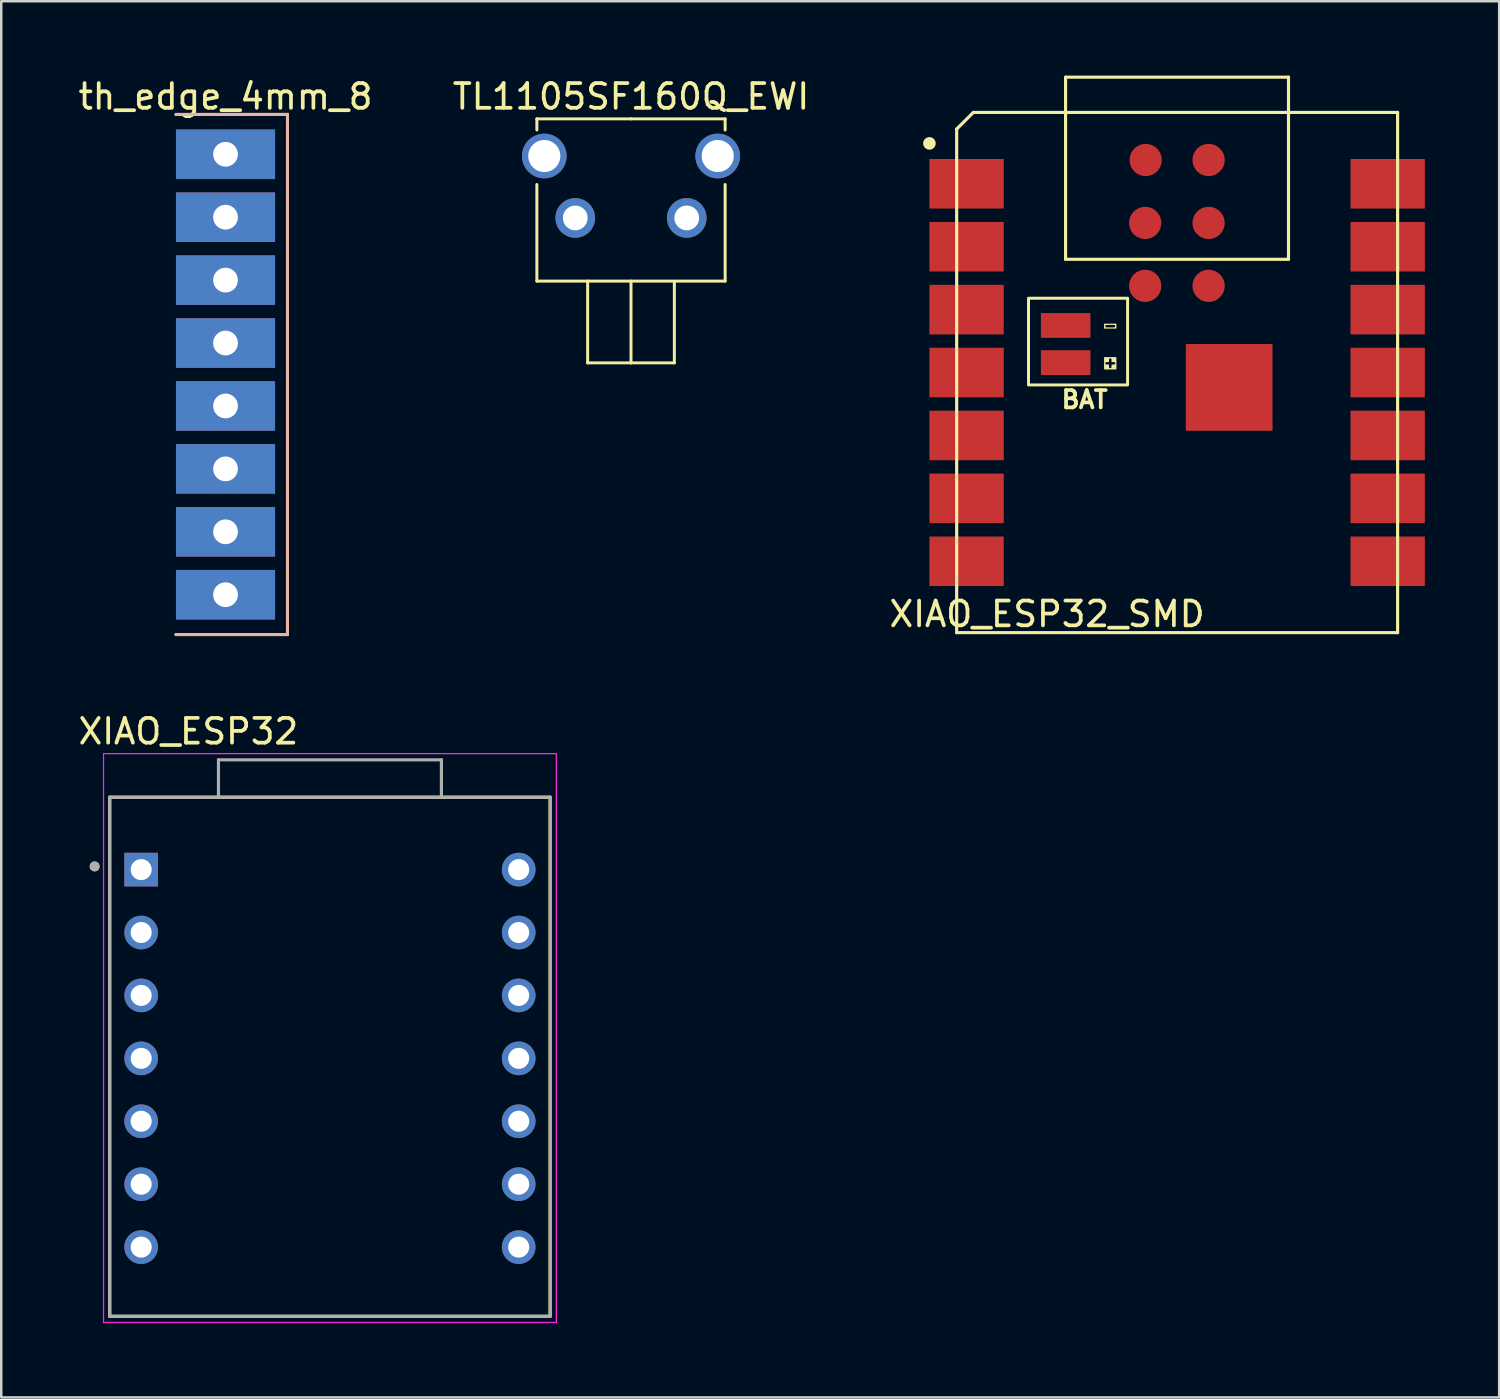
<source format=kicad_pcb>
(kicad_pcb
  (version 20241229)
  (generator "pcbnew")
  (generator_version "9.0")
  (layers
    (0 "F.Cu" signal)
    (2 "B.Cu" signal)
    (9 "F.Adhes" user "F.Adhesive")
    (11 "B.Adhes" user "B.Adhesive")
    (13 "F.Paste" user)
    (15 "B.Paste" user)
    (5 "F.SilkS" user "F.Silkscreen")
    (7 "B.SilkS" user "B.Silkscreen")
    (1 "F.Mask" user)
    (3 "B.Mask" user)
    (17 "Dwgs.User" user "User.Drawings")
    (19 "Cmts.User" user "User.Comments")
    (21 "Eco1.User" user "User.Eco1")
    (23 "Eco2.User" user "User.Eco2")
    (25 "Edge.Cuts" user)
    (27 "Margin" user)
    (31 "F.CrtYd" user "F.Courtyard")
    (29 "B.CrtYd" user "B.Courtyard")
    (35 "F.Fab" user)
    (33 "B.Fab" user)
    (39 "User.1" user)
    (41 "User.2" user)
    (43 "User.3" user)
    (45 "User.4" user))
  (footprint "XIAO_ESP32_SMD"
    (layer "F.Cu")
    (at 44.47 11.989)
    (property "Reference" "XIAO_ESP32_SMD" (at -5.25 9.75 0) (layer "F.SilkS") (effects (font (size 1 1) (thickness 0.15))))
    (attr through_hole)
    (fp_line (start -8.9 -9.829) (end -8.9 10.5) (stroke (width 0.127) (type solid)) (layer "F.SilkS"))
    (fp_line (start -8.9 10.5) (end 8.9 10.5) (stroke (width 0.127) (type solid)) (layer "F.SilkS"))
    (fp_line (start -8.228 -10.5) (end -8.9 -9.829) (stroke (width 0.127) (type solid)) (layer "F.SilkS"))
    (fp_line (start -4.504 -4.572) (end -4.504 -11.925) (stroke (width 0.127) (type solid)) (layer "F.SilkS"))
    (fp_line (start -4.5 -11.924) (end 4.495 -11.924) (stroke (width 0.127) (type solid)) (layer "F.SilkS"))
    (fp_line (start 4.495 -11.924) (end 4.495 -4.572) (stroke (width 0.127) (type solid)) (layer "F.SilkS"))
    (fp_line (start 4.495 -4.572) (end -4.504 -4.572) (stroke (width 0.127) (type solid)) (layer "F.SilkS"))
    (fp_line (start 8.9 -10.5) (end -8.228 -10.5) (stroke (width 0.127) (type solid)) (layer "F.SilkS"))
    (fp_line (start 8.9 10.5) (end 8.9 -10.5) (stroke (width 0.127) (type solid)) (layer "F.SilkS"))
    (fp_rect (start -6 -3) (end -2 0.5) (stroke (width 0.12) (type default)) (fill no) (layer "F.SilkS"))
    (fp_circle (center -10 -9.25) (end -9.746 -9.25) (stroke (width 0) (type solid)) (fill yes) (layer "F.SilkS"))
    (fp_text user "BAT" (at -4.75 1.5 0) (unlocked yes) (layer "F.SilkS") (effects (font (size 0.7 0.7) (thickness 0.15)) (justify left bottom)))
    (fp_text user "-" (at -2.7 -1.9 0) (unlocked yes) (layer "F.SilkS" knockout) (effects (font (size 0.4 0.4) (thickness 0.1) (bold yes))))
    (fp_text user "+" (at -2.7 -0.4 0) (unlocked yes) (layer "F.SilkS" knockout) (effects (font (size 0.4 0.4) (thickness 0.1) (bold yes))))
    (pad "1" smd rect (at -8.5 -7.62) (size 3 2) (layers "F.Cu" "F.Mask" "F.Paste"))
    (pad "2" smd rect (at -8.5 -5.08) (size 3 2) (layers "F.Cu" "F.Mask" "F.Paste"))
    (pad "3" smd rect (at -8.5 -2.54) (size 3 2) (layers "F.Cu" "F.Mask" "F.Paste"))
    (pad "4" smd rect (at -8.5 0) (size 3 2) (layers "F.Cu" "F.Mask" "F.Paste"))
    (pad "5" smd rect (at -8.5 2.54) (size 3 2) (layers "F.Cu" "F.Mask" "F.Paste"))
    (pad "6" smd rect (at -8.5 5.08) (size 3 2) (layers "F.Cu" "F.Mask" "F.Paste"))
    (pad "7" smd rect (at -8.5 7.62) (size 3 2) (layers "F.Cu" "F.Mask" "F.Paste"))
    (pad "8" smd rect (at 8.5 7.62) (size 3 2) (layers "F.Cu" "F.Mask" "F.Paste"))
    (pad "9" smd rect (at 8.5 5.08) (size 3 2) (layers "F.Cu" "F.Mask" "F.Paste"))
    (pad "10" smd rect (at 8.5 2.54) (size 3 2) (layers "F.Cu" "F.Mask" "F.Paste"))
    (pad "11" smd rect (at 8.5 0) (size 3 2) (layers "F.Cu" "F.Mask" "F.Paste"))
    (pad "12" smd rect (at 8.5 -2.54) (size 3 2) (layers "F.Cu" "F.Mask" "F.Paste"))
    (pad "13" smd rect (at 8.5 -5.08) (size 3 2) (layers "F.Cu" "F.Mask" "F.Paste"))
    (pad "14" smd rect (at 8.5 -7.62) (size 3 2) (layers "F.Cu" "F.Mask" "F.Paste"))
    (pad "15" smd rect (at -4.5 -1.9) (size 2 1) (layers "F.Cu" "F.Mask" "F.Paste"))
    (pad "16" smd rect (at -4.5 -0.4) (size 2 1) (layers "F.Cu" "F.Mask" "F.Paste"))
    (pad "17" smd rect (at 2.1 0.6) (size 3.5 3.5) (layers "F.Cu" "F.Mask" "F.Paste"))
    (pad "~" smd circle (at -1.29 -6.04) (size 1.3 1.3) (layers "F.Cu" "F.Mask" "F.Paste"))
    (pad "~" smd circle (at -1.29 -3.5) (size 1.3 1.3) (layers "F.Cu" "F.Mask" "F.Paste"))
    (pad "~" smd circle (at -1.27 -8.58) (size 1.3 1.3) (layers "F.Cu" "F.Mask" "F.Paste"))
    (pad "~" smd circle (at 1.27 -8.58) (size 1.3 1.3) (layers "F.Cu" "F.Mask" "F.Paste"))
    (pad "~" smd circle (at 1.27 -6.04) (size 1.3 1.3) (layers "F.Cu" "F.Mask" "F.Paste"))
    (pad "~" smd circle (at 1.27 -3.5) (size 1.3 1.3) (layers "F.Cu" "F.Mask" "F.Paste"))
    (zone (net_name "") (layer "F.Cu") (hatch full 0.508) (connect_pads) (min_thickness 0.01) (filled_areas_thickness no) (keepout (tracks not_allowed) (vias not_allowed) (pads not_allowed) (copperpour not_allowed) (footprints allowed)) (placement (enabled no)) (fill) (polygon (pts (xy 39.253 1.407) (xy 41.031 1.407) (xy 41.031 4.074) (xy 39.253 4.074))))
    (zone (net_name "") (layer "F.Cu") (hatch full 0.508) (connect_pads) (min_thickness 0.01) (filled_areas_thickness no) (keepout (tracks not_allowed) (vias not_allowed) (pads not_allowed) (copperpour not_allowed) (footprints allowed)) (placement (enabled no)) (fill) (polygon (pts (xy 39.253 5.471) (xy 41.031 5.471) (xy 41.031 8.137) (xy 39.253 8.137))))
    (zone (net_name "") (layer "F.Cu") (hatch full 0.508) (connect_pads) (min_thickness 0.01) (filled_areas_thickness no) (keepout (tracks not_allowed) (vias not_allowed) (pads not_allowed) (copperpour not_allowed) (footprints allowed)) (placement (enabled no)) (fill) (polygon (pts (xy 41.62 18.814) (xy 47.335 18.814) (xy 47.335 21.854) (xy 41.62 21.854))))
    (zone (net_name "") (layer "F.Cu") (hatch full 0.508) (connect_pads) (min_thickness 0.01) (filled_areas_thickness no) (keepout (tracks not_allowed) (vias not_allowed) (pads not_allowed) (copperpour not_allowed) (footprints allowed)) (placement (enabled no)) (fill) (polygon (pts (xy 47.889 1.407) (xy 49.667 1.407) (xy 49.667 4.074) (xy 47.889 4.074))))
    (zone (net_name "") (layer "F.Cu") (hatch full 0.508) (connect_pads) (min_thickness 0.01) (filled_areas_thickness no) (keepout (tracks not_allowed) (vias not_allowed) (pads not_allowed) (copperpour not_allowed) (footprints allowed)) (placement (enabled no)) (fill) (polygon (pts (xy 47.889 5.471) (xy 49.667 5.471) (xy 49.667 8.137) (xy 47.889 8.137)))))
  (footprint "TL1105SF160Q_EWI"
    (layer "F.Cu")
    (at 22.423 3.248)
    (property "Reference" "TL1105SF160Q_EWI" (at 0 -2.4 0) (unlocked yes) (layer "F.SilkS") (effects (font (size 1 1) (thickness 0.15))))
    (attr through_hole)
    (fp_line (start -3.8 -1.5) (end -3.8 -1.05) (stroke (width 0.12) (type default)) (layer "F.SilkS"))
    (fp_line (start -3.8 5.05) (end -3.8 1.15) (stroke (width 0.12) (type default)) (layer "F.SilkS"))
    (fp_line (start -3.8 5.05) (end 3.8 5.05) (stroke (width 0.12) (type default)) (layer "F.SilkS"))
    (fp_line (start -1.75 8.35) (end -1.75 5.05) (stroke (width 0.12) (type default)) (layer "F.SilkS"))
    (fp_line (start 0 -1.5) (end -3.8 -1.5) (stroke (width 0.12) (type default)) (layer "F.SilkS"))
    (fp_line (start 0 -1.5) (end 3.8 -1.5) (stroke (width 0.12) (type default)) (layer "F.SilkS"))
    (fp_line (start 0 5.05) (end 0 8.35) (stroke (width 0.12) (type default)) (layer "F.SilkS"))
    (fp_line (start 0 8.35) (end -1.75 8.35) (stroke (width 0.12) (type default)) (layer "F.SilkS"))
    (fp_line (start 0 8.35) (end 1.75 8.35) (stroke (width 0.12) (type default)) (layer "F.SilkS"))
    (fp_line (start 1.75 8.35) (end 1.75 5.1) (stroke (width 0.12) (type default)) (layer "F.SilkS"))
    (fp_line (start 3.8 -1.5) (end 3.8 -1.05) (stroke (width 0.12) (type default)) (layer "F.SilkS"))
    (fp_line (start 3.8 5.05) (end 3.8 1.15) (stroke (width 0.12) (type default)) (layer "F.SilkS"))
    (pad "1" thru_hole circle (at -2.25 2.5) (size 1.6 1.6) (drill 1) (layers "*.Cu" "*.Mask"))
    (pad "2" thru_hole circle (at 2.25 2.5) (size 1.6 1.6) (drill 1) (layers "*.Cu" "*.Mask"))
    (pad "3" thru_hole circle (at -3.5 0) (size 1.803 1.803) (drill 1.295) (layers "*.Cu" "*.Mask"))
    (pad "4" thru_hole circle (at 3.5 0) (size 1.803 1.803) (drill 1.295) (layers "*.Cu" "*.Mask")))
  (footprint "XIAO_ESP32"
    (layer "F.Cu")
    (at 10.269 39.611)
    (property "Reference" "XIAO_ESP32" (at -5.715 -13.135 0) (layer "F.SilkS") (effects (font (size 1 1) (thickness 0.15))))
    (attr through_hole)
    (fp_line (start -8.89 -10.477) (end 8.89 -10.477) (stroke (width 0.127) (type solid)) (layer "F.SilkS"))
    (fp_line (start -8.89 10.477) (end -8.89 -10.477) (stroke (width 0.127) (type solid)) (layer "F.SilkS"))
    (fp_line (start 8.89 -10.477) (end 8.89 10.477) (stroke (width 0.127) (type solid)) (layer "F.SilkS"))
    (fp_line (start 8.89 10.477) (end -8.89 10.477) (stroke (width 0.127) (type solid)) (layer "F.SilkS"))
    (fp_circle (center -9.5 -7.684) (end -9.4 -7.684) (stroke (width 0.2) (type solid)) (fill no) (layer "F.SilkS"))
    (fp_line (start -9.14 -12.238) (end -9.14 10.727) (stroke (width 0.05) (type solid)) (layer "F.CrtYd"))
    (fp_line (start -9.14 10.727) (end 9.14 10.727) (stroke (width 0.05) (type solid)) (layer "F.CrtYd"))
    (fp_line (start 9.14 -12.238) (end -9.14 -12.238) (stroke (width 0.05) (type solid)) (layer "F.CrtYd"))
    (fp_line (start 9.14 10.727) (end 9.14 -12.238) (stroke (width 0.05) (type solid)) (layer "F.CrtYd"))
    (fp_line (start -8.89 -10.477) (end -4.5 -10.477) (stroke (width 0.127) (type solid)) (layer "F.Fab"))
    (fp_line (start -8.89 10.477) (end -8.89 -10.477) (stroke (width 0.127) (type solid)) (layer "F.Fab"))
    (fp_line (start -4.5 -11.988) (end 4.5 -11.988) (stroke (width 0.127) (type solid)) (layer "F.Fab"))
    (fp_line (start -4.5 -10.477) (end -4.5 -11.988) (stroke (width 0.127) (type solid)) (layer "F.Fab"))
    (fp_line (start -4.5 -10.477) (end 4.5 -10.477) (stroke (width 0.127) (type solid)) (layer "F.Fab"))
    (fp_line (start 4.5 -11.988) (end 4.5 -10.477) (stroke (width 0.127) (type solid)) (layer "F.Fab"))
    (fp_line (start 4.5 -10.477) (end 8.89 -10.477) (stroke (width 0.127) (type solid)) (layer "F.Fab"))
    (fp_line (start 8.89 -10.477) (end 8.89 10.477) (stroke (width 0.127) (type solid)) (layer "F.Fab"))
    (fp_line (start 8.89 10.477) (end -8.89 10.477) (stroke (width 0.127) (type solid)) (layer "F.Fab"))
    (fp_circle (center -9.5 -7.684) (end -9.4 -7.684) (stroke (width 0.2) (type solid)) (fill no) (layer "F.Fab"))
    (pad "1" thru_hole rect (at -7.62 -7.556) (size 1.358 1.358) (drill 0.85) (layers "*.Cu" "*.Mask"))
    (pad "2" thru_hole circle (at -7.62 -5.016) (size 1.358 1.358) (drill 0.85) (layers "*.Cu" "*.Mask"))
    (pad "3" thru_hole circle (at -7.62 -2.477) (size 1.358 1.358) (drill 0.85) (layers "*.Cu" "*.Mask"))
    (pad "4" thru_hole circle (at -7.62 0.064) (size 1.358 1.358) (drill 0.85) (layers "*.Cu" "*.Mask"))
    (pad "5" thru_hole circle (at -7.62 2.603) (size 1.358 1.358) (drill 0.85) (layers "*.Cu" "*.Mask"))
    (pad "6" thru_hole circle (at -7.62 5.144) (size 1.358 1.358) (drill 0.85) (layers "*.Cu" "*.Mask"))
    (pad "7" thru_hole circle (at -7.62 7.684) (size 1.358 1.358) (drill 0.85) (layers "*.Cu" "*.Mask"))
    (pad "8" thru_hole circle (at 7.62 7.684) (size 1.358 1.358) (drill 0.85) (layers "*.Cu" "*.Mask"))
    (pad "9" thru_hole circle (at 7.62 5.144) (size 1.358 1.358) (drill 0.85) (layers "*.Cu" "*.Mask"))
    (pad "10" thru_hole circle (at 7.62 2.603) (size 1.358 1.358) (drill 0.85) (layers "*.Cu" "*.Mask"))
    (pad "11" thru_hole circle (at 7.62 0.064) (size 1.358 1.358) (drill 0.85) (layers "*.Cu" "*.Mask"))
    (pad "12" thru_hole circle (at 7.62 -2.477) (size 1.358 1.358) (drill 0.85) (layers "*.Cu" "*.Mask"))
    (pad "13" thru_hole circle (at 7.62 -5.016) (size 1.358 1.358) (drill 0.85) (layers "*.Cu" "*.Mask"))
    (pad "14" thru_hole circle (at 7.62 -7.556) (size 1.358 1.358) (drill 0.85) (layers "*.Cu" "*.Mask")))
  (footprint "th_edge_4mm_8"
    (layer "F.Cu")
    (at 6.054 12.068)
    (property "Reference" "th_edge_4mm_8" (at 0 -11.22 0) (layer "F.SilkS") (effects (font (size 1 1) (thickness 0.15))))
    (attr through_hole)
    (fp_line (start -2 -10.5) (end 2.5 -10.5) (stroke (width 0.12) (type default)) (layer "F.SilkS"))
    (fp_line (start 2.5 -10.5) (end 2.5 10.5) (stroke (width 0.12) (type default)) (layer "F.SilkS"))
    (fp_line (start 2.5 10.5) (end -2 10.5) (stroke (width 0.12) (type default)) (layer "F.SilkS"))
    (fp_line (start -2 -10.5) (end 2.5 -10.5) (stroke (width 0.12) (type default)) (layer "B.SilkS"))
    (fp_line (start 2.5 -10.5) (end 2.5 10.5) (stroke (width 0.12) (type default)) (layer "B.SilkS"))
    (fp_line (start 2.5 10.5) (end -2 10.5) (stroke (width 0.12) (type default)) (layer "B.SilkS"))
    (pad "1" thru_hole rect (at 0 -8.89) (size 4 2) (drill 1) (layers "*.Cu" "*.Mask"))
    (pad "2" thru_hole rect (at 0 -6.35) (size 4 2) (drill 1) (layers "*.Cu" "*.Mask"))
    (pad "3" thru_hole rect (at 0 -3.81) (size 4 2) (drill 1) (layers "*.Cu" "*.Mask"))
    (pad "4" thru_hole rect (at 0 -1.27) (size 4 2) (drill 1) (layers "*.Cu" "*.Mask"))
    (pad "5" thru_hole rect (at 0 1.27) (size 4 2) (drill 1) (layers "*.Cu" "*.Mask"))
    (pad "6" thru_hole rect (at 0 3.81) (size 4 2) (drill 1) (layers "*.Cu" "*.Mask"))
    (pad "7" thru_hole rect (at 0 6.35) (size 4 2) (drill 1) (layers "*.Cu" "*.Mask"))
    (pad "8" thru_hole rect (at 0 8.89) (size 4 2) (drill 1) (layers "*.Cu" "*.Mask")))
  (gr_rect
    (start -3 -3)
    (end 57.47 53.364)
    (stroke (width 0.1) (type default))
    (fill no)
    (layer "Edge.Cuts")))
</source>
